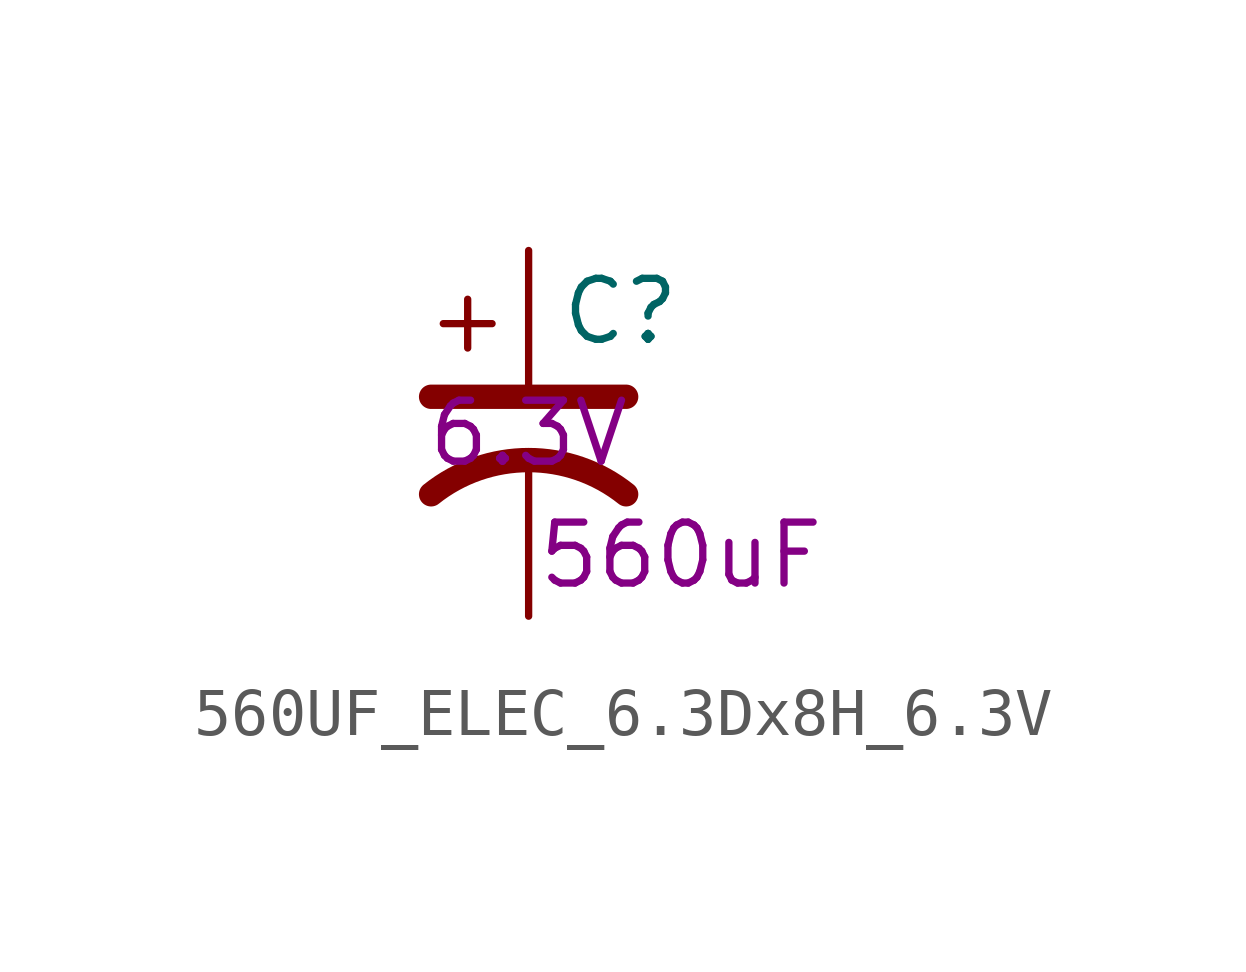
<source format=kicad_sym>
(kicad_symbol_lib
  (version 20211014)
  (generator kicad_symbol_editor)
  (symbol "560UF_ELEC_6.3Dx8H_6.3V"
    (pin_numbers hide)
    (pin_names
      (offset 0.254) hide)
    (property "Reference" "C"
      (at 0.635 2.54 0)
      (effects (font (size 1.27 1.27)) (justify left)))
    (property "Capacitance" "560uF"
      (at 3.175 -2.54 0)
      (effects (font (size 1.27 1.27))))
    (property "Voltage Rating" "6.3V"
      (at 0 0 0)
      (effects (font (size 1.27 1.27))))
    (symbol "560UF_ELEC_6.3Dx8H_6.3V_0_1"
      (polyline (pts (xy -2.032 0.762) (xy 2.032 0.762)) (stroke (width 0.508) (type default) (color 0 0 0 0)) (fill (type none)))
      (polyline (pts (xy -1.778 2.286) (xy -0.762 2.286)) (stroke (width 0) (type default) (color 0 0 0 0)) (fill (type none)))
      (polyline (pts (xy -1.27 1.778) (xy -1.27 2.794)) (stroke (width 0) (type default) (color 0 0 0 0)) (fill (type none)))
      (arc (start 2.032 -1.27) (mid 0 -0.5572) (end -2.032 -1.27) (stroke (width 0.508) (type default) (color 0 0 0 0)) (fill (type none))))
    (symbol "560UF_ELEC_6.3Dx8H_6.3V_1_1"
      (pin passive line (at 0 3.81 270) (length 2.794) (name "~" (effects (font (size 1.27 1.27)))) (number "1" (effects (font (size 1.27 1.27)))))
      (pin passive line (at 0 -3.81 90) (length 3.302) (name "~" (effects (font (size 1.27 1.27)))) (number "2" (effects (font (size 1.27 1.27))))))))
</source>
